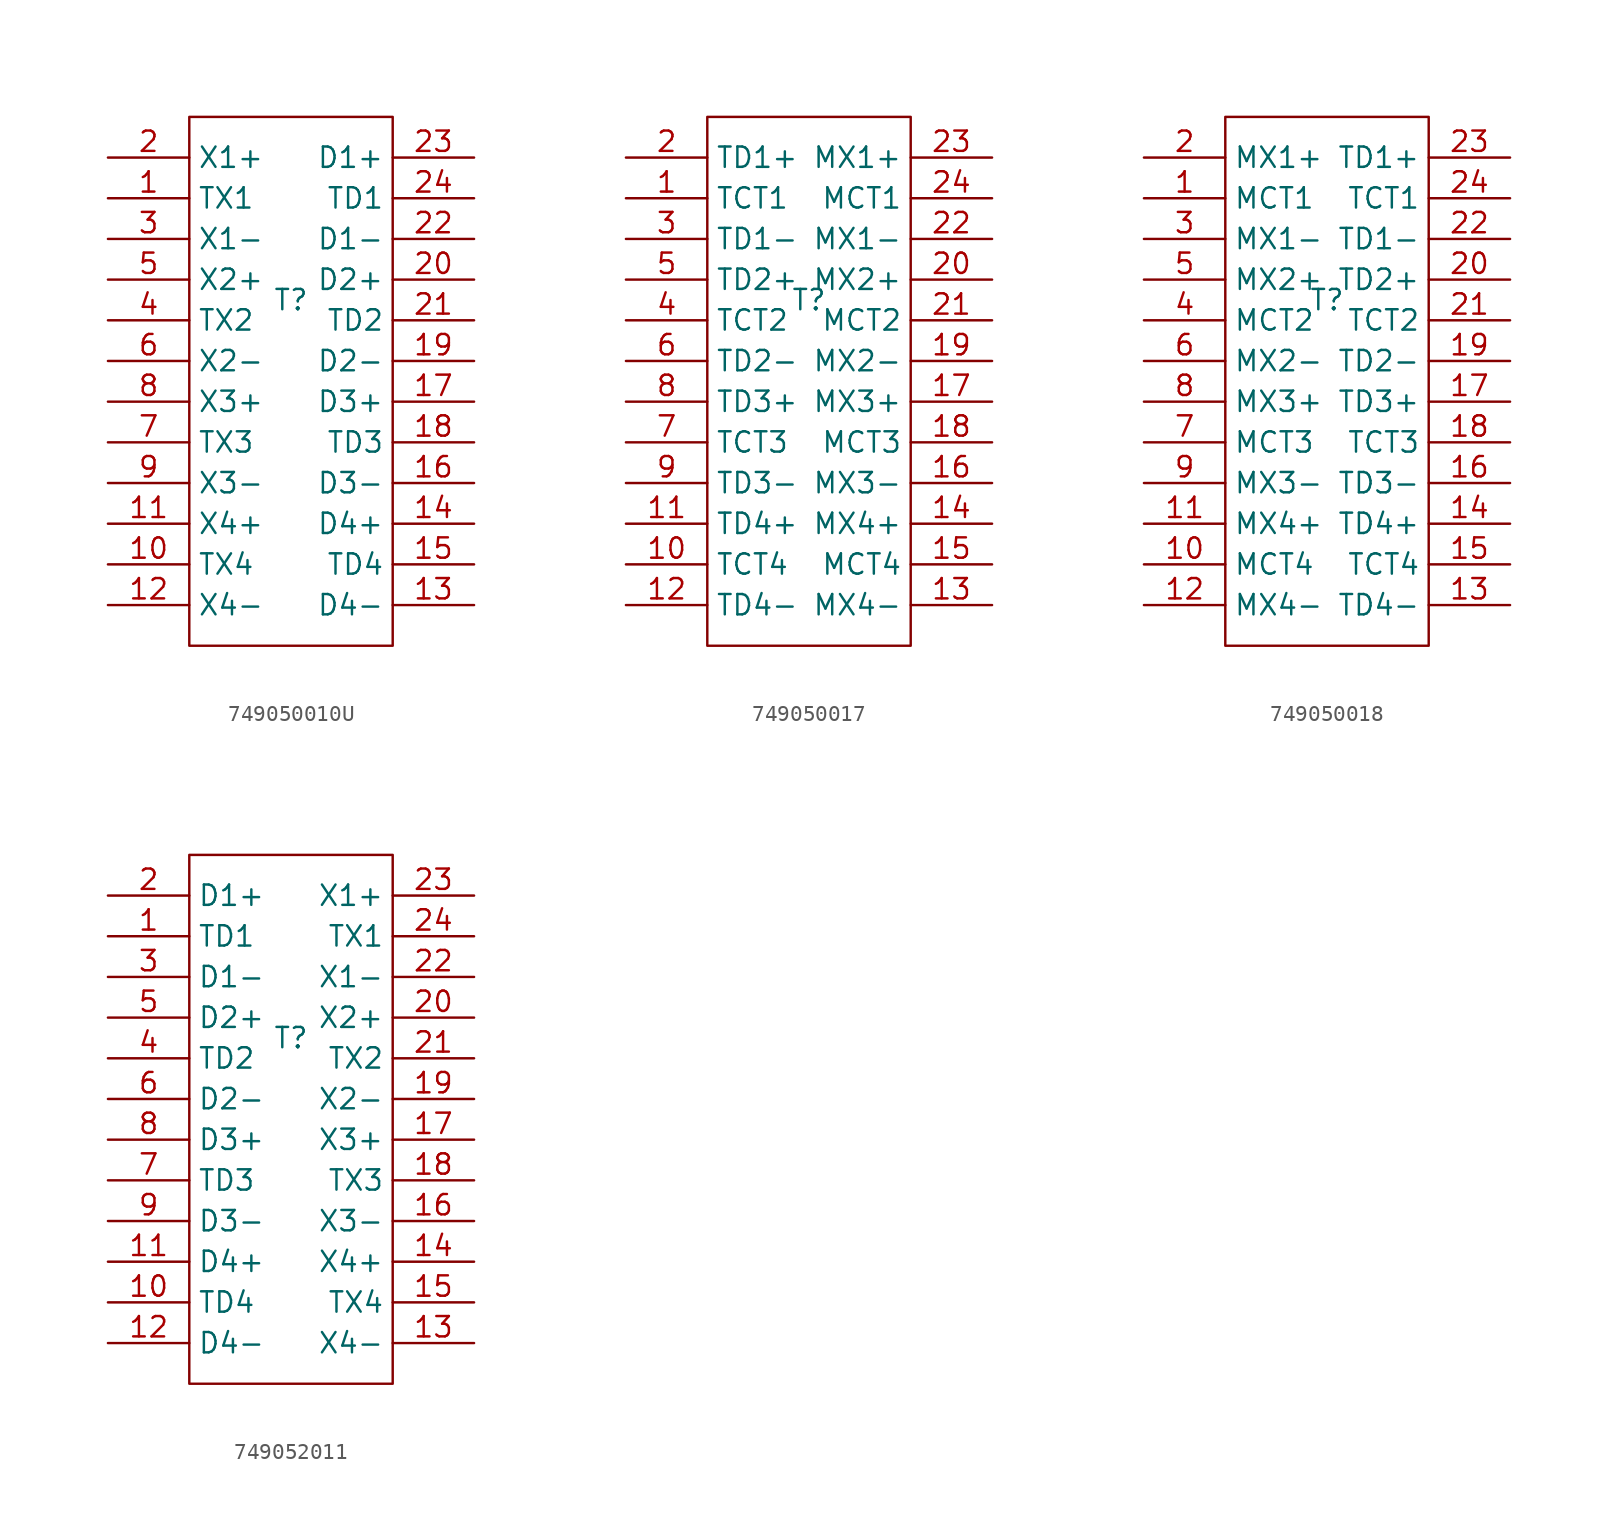
<source format=kicad_sym>
(kicad_symbol_lib
  (version 20220914)
  (generator kicad_symbol_editor)
  (symbol "749050010U"
    (property "Reference" "T"
      (at 0 5.08 0)
      (effects (font (size 1.27 1.27))))
    (property "Critical Parameter" ""
      (at 0 -5.08 0)
      (effects (font (size 1.27 1.27)) (justify left)))
    (symbol "749050010U_0_1"
      (rectangle (start -6.35 16.51) (end 6.35 -16.51) (stroke (width 0) (type default)) (fill (type none))))
    (symbol "749050010U_1_1"
      (pin passive line (at -11.43 11.43 0) (length 5.08) (name "TX1" (effects (font (size 1.27 1.27)))) (number "1" (effects (font (size 1.27 1.27)))))
      (pin passive line (at -11.43 -11.43 0) (length 5.08) (name "TX4" (effects (font (size 1.27 1.27)))) (number "10" (effects (font (size 1.27 1.27)))))
      (pin passive line (at -11.43 -8.89 0) (length 5.08) (name "X4+" (effects (font (size 1.27 1.27)))) (number "11" (effects (font (size 1.27 1.27)))))
      (pin passive line (at -11.43 -13.97 0) (length 5.08) (name "X4-" (effects (font (size 1.27 1.27)))) (number "12" (effects (font (size 1.27 1.27)))))
      (pin passive line (at 11.43 -13.97 180) (length 5.08) (name "D4-" (effects (font (size 1.27 1.27)))) (number "13" (effects (font (size 1.27 1.27)))))
      (pin passive line (at 11.43 -8.89 180) (length 5.08) (name "D4+" (effects (font (size 1.27 1.27)))) (number "14" (effects (font (size 1.27 1.27)))))
      (pin passive line (at 11.43 -11.43 180) (length 5.08) (name "TD4" (effects (font (size 1.27 1.27)))) (number "15" (effects (font (size 1.27 1.27)))))
      (pin passive line (at 11.43 -6.35 180) (length 5.08) (name "D3-" (effects (font (size 1.27 1.27)))) (number "16" (effects (font (size 1.27 1.27)))))
      (pin passive line (at 11.43 -1.27 180) (length 5.08) (name "D3+" (effects (font (size 1.27 1.27)))) (number "17" (effects (font (size 1.27 1.27)))))
      (pin passive line (at 11.43 -3.81 180) (length 5.08) (name "TD3" (effects (font (size 1.27 1.27)))) (number "18" (effects (font (size 1.27 1.27)))))
      (pin passive line (at 11.43 1.27 180) (length 5.08) (name "D2-" (effects (font (size 1.27 1.27)))) (number "19" (effects (font (size 1.27 1.27)))))
      (pin passive line (at -11.43 13.97 0) (length 5.08) (name "X1+" (effects (font (size 1.27 1.27)))) (number "2" (effects (font (size 1.27 1.27)))))
      (pin passive line (at 11.43 6.35 180) (length 5.08) (name "D2+" (effects (font (size 1.27 1.27)))) (number "20" (effects (font (size 1.27 1.27)))))
      (pin passive line (at 11.43 3.81 180) (length 5.08) (name "TD2" (effects (font (size 1.27 1.27)))) (number "21" (effects (font (size 1.27 1.27)))))
      (pin passive line (at 11.43 8.89 180) (length 5.08) (name "D1-" (effects (font (size 1.27 1.27)))) (number "22" (effects (font (size 1.27 1.27)))))
      (pin passive line (at 11.43 13.97 180) (length 5.08) (name "D1+" (effects (font (size 1.27 1.27)))) (number "23" (effects (font (size 1.27 1.27)))))
      (pin passive line (at 11.43 11.43 180) (length 5.08) (name "TD1" (effects (font (size 1.27 1.27)))) (number "24" (effects (font (size 1.27 1.27)))))
      (pin passive line (at -11.43 8.89 0) (length 5.08) (name "X1-" (effects (font (size 1.27 1.27)))) (number "3" (effects (font (size 1.27 1.27)))))
      (pin passive line (at -11.43 3.81 0) (length 5.08) (name "TX2" (effects (font (size 1.27 1.27)))) (number "4" (effects (font (size 1.27 1.27)))))
      (pin passive line (at -11.43 6.35 0) (length 5.08) (name "X2+" (effects (font (size 1.27 1.27)))) (number "5" (effects (font (size 1.27 1.27)))))
      (pin passive line (at -11.43 1.27 0) (length 5.08) (name "X2-" (effects (font (size 1.27 1.27)))) (number "6" (effects (font (size 1.27 1.27)))))
      (pin passive line (at -11.43 -3.81 0) (length 5.08) (name "TX3" (effects (font (size 1.27 1.27)))) (number "7" (effects (font (size 1.27 1.27)))))
      (pin passive line (at -11.43 -1.27 0) (length 5.08) (name "X3+" (effects (font (size 1.27 1.27)))) (number "8" (effects (font (size 1.27 1.27)))))
      (pin passive line (at -11.43 -6.35 0) (length 5.08) (name "X3-" (effects (font (size 1.27 1.27)))) (number "9" (effects (font (size 1.27 1.27)))))))
  (symbol "749050017"
    (property "Reference" "T"
      (at 0 5.08 0)
      (effects (font (size 1.27 1.27))))
    (property "Critical Parameter" ""
      (at 0 -5.08 0)
      (effects (font (size 1.27 1.27)) (justify left)))
    (symbol "749050017_0_1"
      (rectangle (start -6.35 16.51) (end 6.35 -16.51) (stroke (width 0) (type default)) (fill (type none))))
    (symbol "749050017_1_1"
      (pin passive line (at -11.43 11.43 0) (length 5.08) (name "TCT1" (effects (font (size 1.27 1.27)))) (number "1" (effects (font (size 1.27 1.27)))))
      (pin passive line (at -11.43 -11.43 0) (length 5.08) (name "TCT4" (effects (font (size 1.27 1.27)))) (number "10" (effects (font (size 1.27 1.27)))))
      (pin passive line (at -11.43 -8.89 0) (length 5.08) (name "TD4+" (effects (font (size 1.27 1.27)))) (number "11" (effects (font (size 1.27 1.27)))))
      (pin passive line (at -11.43 -13.97 0) (length 5.08) (name "TD4-" (effects (font (size 1.27 1.27)))) (number "12" (effects (font (size 1.27 1.27)))))
      (pin passive line (at 11.43 -13.97 180) (length 5.08) (name "MX4-" (effects (font (size 1.27 1.27)))) (number "13" (effects (font (size 1.27 1.27)))))
      (pin passive line (at 11.43 -8.89 180) (length 5.08) (name "MX4+" (effects (font (size 1.27 1.27)))) (number "14" (effects (font (size 1.27 1.27)))))
      (pin passive line (at 11.43 -11.43 180) (length 5.08) (name "MCT4" (effects (font (size 1.27 1.27)))) (number "15" (effects (font (size 1.27 1.27)))))
      (pin passive line (at 11.43 -6.35 180) (length 5.08) (name "MX3-" (effects (font (size 1.27 1.27)))) (number "16" (effects (font (size 1.27 1.27)))))
      (pin passive line (at 11.43 -1.27 180) (length 5.08) (name "MX3+" (effects (font (size 1.27 1.27)))) (number "17" (effects (font (size 1.27 1.27)))))
      (pin passive line (at 11.43 -3.81 180) (length 5.08) (name "MCT3" (effects (font (size 1.27 1.27)))) (number "18" (effects (font (size 1.27 1.27)))))
      (pin passive line (at 11.43 1.27 180) (length 5.08) (name "MX2-" (effects (font (size 1.27 1.27)))) (number "19" (effects (font (size 1.27 1.27)))))
      (pin passive line (at -11.43 13.97 0) (length 5.08) (name "TD1+" (effects (font (size 1.27 1.27)))) (number "2" (effects (font (size 1.27 1.27)))))
      (pin passive line (at 11.43 6.35 180) (length 5.08) (name "MX2+" (effects (font (size 1.27 1.27)))) (number "20" (effects (font (size 1.27 1.27)))))
      (pin passive line (at 11.43 3.81 180) (length 5.08) (name "MCT2" (effects (font (size 1.27 1.27)))) (number "21" (effects (font (size 1.27 1.27)))))
      (pin passive line (at 11.43 8.89 180) (length 5.08) (name "MX1-" (effects (font (size 1.27 1.27)))) (number "22" (effects (font (size 1.27 1.27)))))
      (pin passive line (at 11.43 13.97 180) (length 5.08) (name "MX1+" (effects (font (size 1.27 1.27)))) (number "23" (effects (font (size 1.27 1.27)))))
      (pin passive line (at 11.43 11.43 180) (length 5.08) (name "MCT1" (effects (font (size 1.27 1.27)))) (number "24" (effects (font (size 1.27 1.27)))))
      (pin passive line (at -11.43 8.89 0) (length 5.08) (name "TD1-" (effects (font (size 1.27 1.27)))) (number "3" (effects (font (size 1.27 1.27)))))
      (pin passive line (at -11.43 3.81 0) (length 5.08) (name "TCT2" (effects (font (size 1.27 1.27)))) (number "4" (effects (font (size 1.27 1.27)))))
      (pin passive line (at -11.43 6.35 0) (length 5.08) (name "TD2+" (effects (font (size 1.27 1.27)))) (number "5" (effects (font (size 1.27 1.27)))))
      (pin passive line (at -11.43 1.27 0) (length 5.08) (name "TD2-" (effects (font (size 1.27 1.27)))) (number "6" (effects (font (size 1.27 1.27)))))
      (pin passive line (at -11.43 -3.81 0) (length 5.08) (name "TCT3" (effects (font (size 1.27 1.27)))) (number "7" (effects (font (size 1.27 1.27)))))
      (pin passive line (at -11.43 -1.27 0) (length 5.08) (name "TD3+" (effects (font (size 1.27 1.27)))) (number "8" (effects (font (size 1.27 1.27)))))
      (pin passive line (at -11.43 -6.35 0) (length 5.08) (name "TD3-" (effects (font (size 1.27 1.27)))) (number "9" (effects (font (size 1.27 1.27)))))))
  (symbol "749050018"
    (property "Reference" "T"
      (at 0 5.08 0)
      (effects (font (size 1.27 1.27))))
    (property "Critical Parameter" ""
      (at 0 -5.08 0)
      (effects (font (size 1.27 1.27)) (justify left)))
    (symbol "749050018_0_1"
      (rectangle (start -6.35 16.51) (end 6.35 -16.51) (stroke (width 0) (type default)) (fill (type none))))
    (symbol "749050018_1_1"
      (pin passive line (at -11.43 11.43 0) (length 5.08) (name "MCT1" (effects (font (size 1.27 1.27)))) (number "1" (effects (font (size 1.27 1.27)))))
      (pin passive line (at -11.43 -11.43 0) (length 5.08) (name "MCT4" (effects (font (size 1.27 1.27)))) (number "10" (effects (font (size 1.27 1.27)))))
      (pin passive line (at -11.43 -8.89 0) (length 5.08) (name "MX4+" (effects (font (size 1.27 1.27)))) (number "11" (effects (font (size 1.27 1.27)))))
      (pin passive line (at -11.43 -13.97 0) (length 5.08) (name "MX4-" (effects (font (size 1.27 1.27)))) (number "12" (effects (font (size 1.27 1.27)))))
      (pin passive line (at 11.43 -13.97 180) (length 5.08) (name "TD4-" (effects (font (size 1.27 1.27)))) (number "13" (effects (font (size 1.27 1.27)))))
      (pin passive line (at 11.43 -8.89 180) (length 5.08) (name "TD4+" (effects (font (size 1.27 1.27)))) (number "14" (effects (font (size 1.27 1.27)))))
      (pin passive line (at 11.43 -11.43 180) (length 5.08) (name "TCT4" (effects (font (size 1.27 1.27)))) (number "15" (effects (font (size 1.27 1.27)))))
      (pin passive line (at 11.43 -6.35 180) (length 5.08) (name "TD3-" (effects (font (size 1.27 1.27)))) (number "16" (effects (font (size 1.27 1.27)))))
      (pin passive line (at 11.43 -1.27 180) (length 5.08) (name "TD3+" (effects (font (size 1.27 1.27)))) (number "17" (effects (font (size 1.27 1.27)))))
      (pin passive line (at 11.43 -3.81 180) (length 5.08) (name "TCT3" (effects (font (size 1.27 1.27)))) (number "18" (effects (font (size 1.27 1.27)))))
      (pin passive line (at 11.43 1.27 180) (length 5.08) (name "TD2-" (effects (font (size 1.27 1.27)))) (number "19" (effects (font (size 1.27 1.27)))))
      (pin passive line (at -11.43 13.97 0) (length 5.08) (name "MX1+" (effects (font (size 1.27 1.27)))) (number "2" (effects (font (size 1.27 1.27)))))
      (pin passive line (at 11.43 6.35 180) (length 5.08) (name "TD2+" (effects (font (size 1.27 1.27)))) (number "20" (effects (font (size 1.27 1.27)))))
      (pin passive line (at 11.43 3.81 180) (length 5.08) (name "TCT2" (effects (font (size 1.27 1.27)))) (number "21" (effects (font (size 1.27 1.27)))))
      (pin passive line (at 11.43 8.89 180) (length 5.08) (name "TD1-" (effects (font (size 1.27 1.27)))) (number "22" (effects (font (size 1.27 1.27)))))
      (pin passive line (at 11.43 13.97 180) (length 5.08) (name "TD1+" (effects (font (size 1.27 1.27)))) (number "23" (effects (font (size 1.27 1.27)))))
      (pin passive line (at 11.43 11.43 180) (length 5.08) (name "TCT1" (effects (font (size 1.27 1.27)))) (number "24" (effects (font (size 1.27 1.27)))))
      (pin passive line (at -11.43 8.89 0) (length 5.08) (name "MX1-" (effects (font (size 1.27 1.27)))) (number "3" (effects (font (size 1.27 1.27)))))
      (pin passive line (at -11.43 3.81 0) (length 5.08) (name "MCT2" (effects (font (size 1.27 1.27)))) (number "4" (effects (font (size 1.27 1.27)))))
      (pin passive line (at -11.43 6.35 0) (length 5.08) (name "MX2+" (effects (font (size 1.27 1.27)))) (number "5" (effects (font (size 1.27 1.27)))))
      (pin passive line (at -11.43 1.27 0) (length 5.08) (name "MX2-" (effects (font (size 1.27 1.27)))) (number "6" (effects (font (size 1.27 1.27)))))
      (pin passive line (at -11.43 -3.81 0) (length 5.08) (name "MCT3" (effects (font (size 1.27 1.27)))) (number "7" (effects (font (size 1.27 1.27)))))
      (pin passive line (at -11.43 -1.27 0) (length 5.08) (name "MX3+" (effects (font (size 1.27 1.27)))) (number "8" (effects (font (size 1.27 1.27)))))
      (pin passive line (at -11.43 -6.35 0) (length 5.08) (name "MX3-" (effects (font (size 1.27 1.27)))) (number "9" (effects (font (size 1.27 1.27)))))))
  (symbol "749052011"
    (property "Reference" "T"
      (at 0 5.08 0)
      (effects (font (size 1.27 1.27))))
    (property "Critical Parameter" ""
      (at 0 -5.08 0)
      (effects (font (size 1.27 1.27)) (justify left)))
    (symbol "749052011_0_1"
      (rectangle (start -6.35 16.51) (end 6.35 -16.51) (stroke (width 0) (type default)) (fill (type none))))
    (symbol "749052011_1_1"
      (pin passive line (at -11.43 11.43 0) (length 5.08) (name "TD1" (effects (font (size 1.27 1.27)))) (number "1" (effects (font (size 1.27 1.27)))))
      (pin passive line (at -11.43 -11.43 0) (length 5.08) (name "TD4" (effects (font (size 1.27 1.27)))) (number "10" (effects (font (size 1.27 1.27)))))
      (pin passive line (at -11.43 -8.89 0) (length 5.08) (name "D4+" (effects (font (size 1.27 1.27)))) (number "11" (effects (font (size 1.27 1.27)))))
      (pin passive line (at -11.43 -13.97 0) (length 5.08) (name "D4-" (effects (font (size 1.27 1.27)))) (number "12" (effects (font (size 1.27 1.27)))))
      (pin passive line (at 11.43 -13.97 180) (length 5.08) (name "X4-" (effects (font (size 1.27 1.27)))) (number "13" (effects (font (size 1.27 1.27)))))
      (pin passive line (at 11.43 -8.89 180) (length 5.08) (name "X4+" (effects (font (size 1.27 1.27)))) (number "14" (effects (font (size 1.27 1.27)))))
      (pin passive line (at 11.43 -11.43 180) (length 5.08) (name "TX4" (effects (font (size 1.27 1.27)))) (number "15" (effects (font (size 1.27 1.27)))))
      (pin passive line (at 11.43 -6.35 180) (length 5.08) (name "X3-" (effects (font (size 1.27 1.27)))) (number "16" (effects (font (size 1.27 1.27)))))
      (pin passive line (at 11.43 -1.27 180) (length 5.08) (name "X3+" (effects (font (size 1.27 1.27)))) (number "17" (effects (font (size 1.27 1.27)))))
      (pin passive line (at 11.43 -3.81 180) (length 5.08) (name "TX3" (effects (font (size 1.27 1.27)))) (number "18" (effects (font (size 1.27 1.27)))))
      (pin passive line (at 11.43 1.27 180) (length 5.08) (name "X2-" (effects (font (size 1.27 1.27)))) (number "19" (effects (font (size 1.27 1.27)))))
      (pin passive line (at -11.43 13.97 0) (length 5.08) (name "D1+" (effects (font (size 1.27 1.27)))) (number "2" (effects (font (size 1.27 1.27)))))
      (pin passive line (at 11.43 6.35 180) (length 5.08) (name "X2+" (effects (font (size 1.27 1.27)))) (number "20" (effects (font (size 1.27 1.27)))))
      (pin passive line (at 11.43 3.81 180) (length 5.08) (name "TX2" (effects (font (size 1.27 1.27)))) (number "21" (effects (font (size 1.27 1.27)))))
      (pin passive line (at 11.43 8.89 180) (length 5.08) (name "X1-" (effects (font (size 1.27 1.27)))) (number "22" (effects (font (size 1.27 1.27)))))
      (pin passive line (at 11.43 13.97 180) (length 5.08) (name "X1+" (effects (font (size 1.27 1.27)))) (number "23" (effects (font (size 1.27 1.27)))))
      (pin passive line (at 11.43 11.43 180) (length 5.08) (name "TX1" (effects (font (size 1.27 1.27)))) (number "24" (effects (font (size 1.27 1.27)))))
      (pin passive line (at -11.43 8.89 0) (length 5.08) (name "D1-" (effects (font (size 1.27 1.27)))) (number "3" (effects (font (size 1.27 1.27)))))
      (pin passive line (at -11.43 3.81 0) (length 5.08) (name "TD2" (effects (font (size 1.27 1.27)))) (number "4" (effects (font (size 1.27 1.27)))))
      (pin passive line (at -11.43 6.35 0) (length 5.08) (name "D2+" (effects (font (size 1.27 1.27)))) (number "5" (effects (font (size 1.27 1.27)))))
      (pin passive line (at -11.43 1.27 0) (length 5.08) (name "D2-" (effects (font (size 1.27 1.27)))) (number "6" (effects (font (size 1.27 1.27)))))
      (pin passive line (at -11.43 -3.81 0) (length 5.08) (name "TD3" (effects (font (size 1.27 1.27)))) (number "7" (effects (font (size 1.27 1.27)))))
      (pin passive line (at -11.43 -1.27 0) (length 5.08) (name "D3+" (effects (font (size 1.27 1.27)))) (number "8" (effects (font (size 1.27 1.27)))))
      (pin passive line (at -11.43 -6.35 0) (length 5.08) (name "D3-" (effects (font (size 1.27 1.27)))) (number "9" (effects (font (size 1.27 1.27))))))))
</source>
